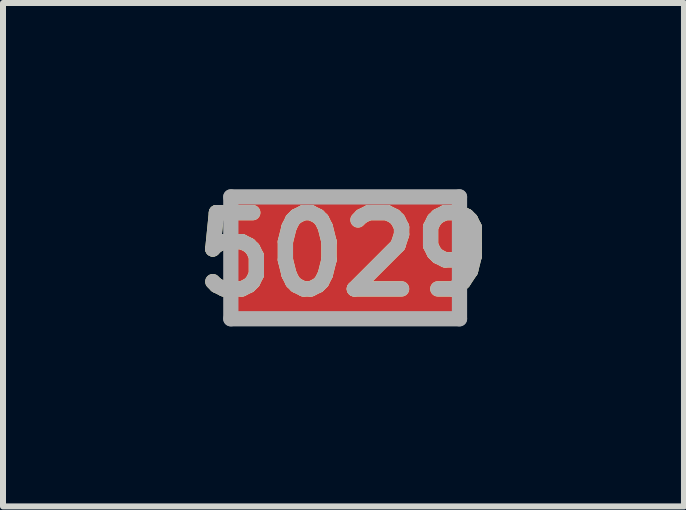
<source format=kicad_pcb>
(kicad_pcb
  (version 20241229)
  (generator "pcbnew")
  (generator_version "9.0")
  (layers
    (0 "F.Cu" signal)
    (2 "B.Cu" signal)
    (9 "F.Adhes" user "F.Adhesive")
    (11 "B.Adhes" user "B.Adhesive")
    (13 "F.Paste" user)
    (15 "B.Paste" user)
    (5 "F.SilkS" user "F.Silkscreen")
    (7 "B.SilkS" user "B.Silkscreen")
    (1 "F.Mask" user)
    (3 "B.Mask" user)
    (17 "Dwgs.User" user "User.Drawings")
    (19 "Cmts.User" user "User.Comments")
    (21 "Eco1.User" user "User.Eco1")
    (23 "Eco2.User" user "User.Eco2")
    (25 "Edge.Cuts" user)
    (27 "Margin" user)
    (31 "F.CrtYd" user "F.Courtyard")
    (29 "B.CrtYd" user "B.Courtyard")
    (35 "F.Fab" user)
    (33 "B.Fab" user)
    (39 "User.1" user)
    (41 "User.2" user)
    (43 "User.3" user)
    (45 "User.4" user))
  (footprint "5029"
    (layer "F.Cu")
    (at 2.701 1.246)
    (property "Reference" "5029" (at -0.028 -0.057 0) (layer "F.SilkS") (effects (font (size 1.27 1.27) (thickness 0.254))))
    (attr smd)
    (fp_line (start -1.905 -1.015) (end 1.905 -1.015) (stroke (width 0.254) (type solid)) (layer "F.Fab"))
    (fp_line (start -1.905 1.015) (end -1.905 -1.015) (stroke (width 0.254) (type solid)) (layer "F.Fab"))
    (fp_line (start 1.905 -1.015) (end 1.905 1.015) (stroke (width 0.254) (type solid)) (layer "F.Fab"))
    (fp_line (start 1.905 1.015) (end -1.905 1.015) (stroke (width 0.254) (type solid)) (layer "F.Fab"))
    (fp_text user "${REFERENCE}" (at -0.028 -0.057 0) (layer "F.Fab") (effects (font (size 1.27 1.27) (thickness 0.254))))
    (pad "1" smd rect (at 0 0 90) (size 2.1 3.8) (layers "F.Cu" "F.Mask" "F.Paste")))
  (gr_rect
    (start -3 -3)
    (end 8.346 5.388)
    (stroke (width 0.1) (type default))
    (fill no)
    (layer "Edge.Cuts")))
</source>
